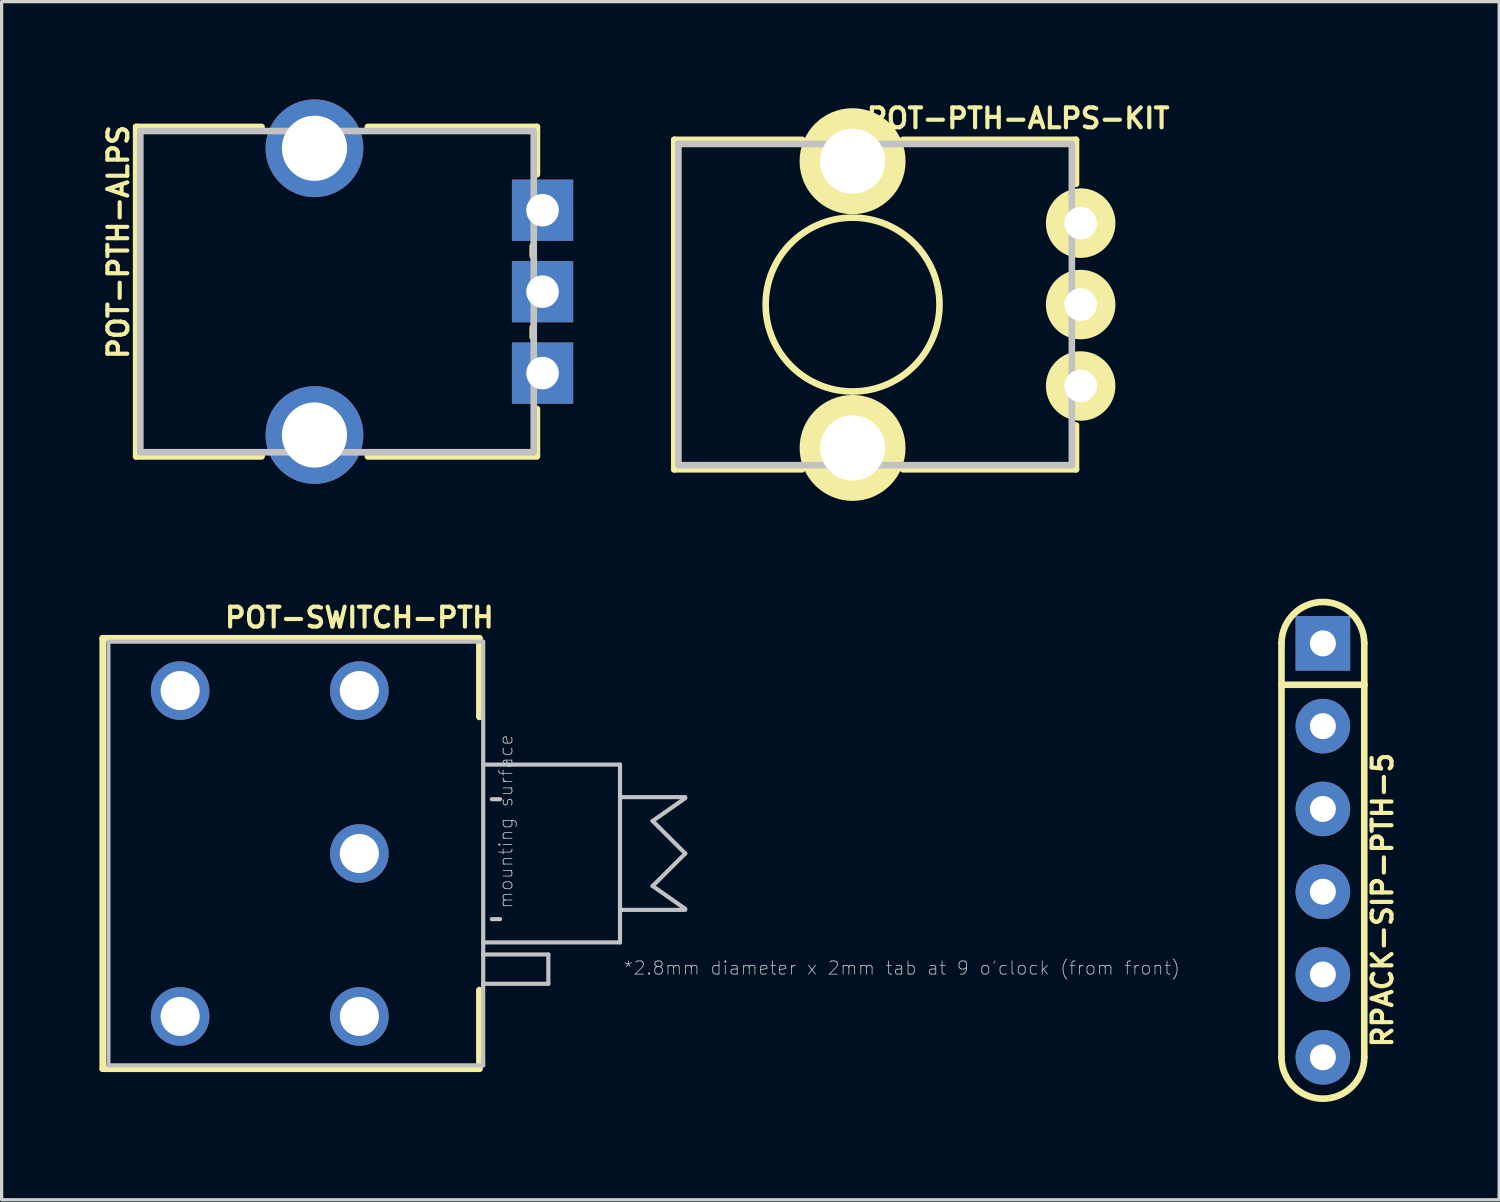
<source format=kicad_pcb>
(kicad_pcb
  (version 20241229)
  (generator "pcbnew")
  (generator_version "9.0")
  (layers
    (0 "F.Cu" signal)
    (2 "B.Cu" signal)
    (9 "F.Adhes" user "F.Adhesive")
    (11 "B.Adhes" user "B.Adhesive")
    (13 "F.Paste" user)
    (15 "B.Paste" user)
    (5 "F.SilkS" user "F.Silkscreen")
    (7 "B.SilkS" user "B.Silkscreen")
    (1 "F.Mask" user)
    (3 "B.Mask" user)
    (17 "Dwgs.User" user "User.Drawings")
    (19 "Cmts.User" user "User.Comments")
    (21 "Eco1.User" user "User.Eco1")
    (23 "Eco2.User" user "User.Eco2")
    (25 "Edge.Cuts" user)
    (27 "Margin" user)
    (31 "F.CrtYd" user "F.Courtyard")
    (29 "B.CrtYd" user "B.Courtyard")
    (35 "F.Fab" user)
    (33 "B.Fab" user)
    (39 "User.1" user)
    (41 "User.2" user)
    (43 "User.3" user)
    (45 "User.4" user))
  (footprint "POT-PTH-ALPS-KIT"
    (layer "F.Cu")
    (at 23.11 6.295)
    (property "Reference" "POT-PTH-ALPS-KIT" (at 5.08 -5.715 180) (layer "F.SilkS") (effects (font (size 0.61 0.61) (thickness 0.127))))
    (attr exclude_from_pos_files exclude_from_bom)
    (fp_line (start -5.471 -5.055) (end -1.549 -5.055) (stroke (width 0.203) (type solid)) (layer "F.SilkS"))
    (fp_line (start -5.471 5.055) (end -5.471 -5.055) (stroke (width 0.203) (type solid)) (layer "F.SilkS"))
    (fp_line (start -1.549 5.055) (end -5.471 5.055) (stroke (width 0.203) (type solid)) (layer "F.SilkS"))
    (fp_line (start 1.549 -5.055) (end 6.855 -5.055) (stroke (width 0.203) (type solid)) (layer "F.SilkS"))
    (fp_line (start 6.855 -5.055) (end 6.855 -3.706) (stroke (width 0.203) (type solid)) (layer "F.SilkS"))
    (fp_line (start 6.855 3.706) (end 6.855 5.055) (stroke (width 0.203) (type solid)) (layer "F.SilkS"))
    (fp_line (start 6.855 5.055) (end 1.549 5.055) (stroke (width 0.203) (type solid)) (layer "F.SilkS"))
    (fp_circle (center 0 -4.399) (end 0 -6.025) (stroke (width 0) (type solid)) (fill yes) (layer "F.SilkS"))
    (fp_circle (center 0 -4.399) (end 0 -5.397) (stroke (width 0) (type solid)) (fill yes) (layer "F.SilkS"))
    (fp_circle (center 0 0) (end 0 -2.667) (stroke (width 0.203) (type solid)) (fill no) (layer "F.SilkS"))
    (fp_circle (center 0 4.399) (end 0 2.774) (stroke (width 0) (type solid)) (fill yes) (layer "F.SilkS"))
    (fp_circle (center 0 4.399) (end 0 3.401) (stroke (width 0) (type solid)) (fill yes) (layer "F.SilkS"))
    (fp_circle (center 6.998 -2.499) (end 6.998 -3.566) (stroke (width 0) (type solid)) (fill yes) (layer "F.SilkS"))
    (fp_circle (center 6.998 -2.499) (end 6.998 -2.997) (stroke (width 0) (type solid)) (fill yes) (layer "F.SilkS"))
    (fp_circle (center 6.998 0) (end 6.998 -1.067) (stroke (width 0) (type solid)) (fill yes) (layer "F.SilkS"))
    (fp_circle (center 6.998 0) (end 6.998 -0.498) (stroke (width 0) (type solid)) (fill yes) (layer "F.SilkS"))
    (fp_circle (center 6.998 2.499) (end 6.998 1.433) (stroke (width 0) (type solid)) (fill yes) (layer "F.SilkS"))
    (fp_circle (center 6.998 2.499) (end 6.998 2.002) (stroke (width 0) (type solid)) (fill yes) (layer "F.SilkS"))
    (fp_line (start -5.344 -4.928) (end 6.728 -4.928) (stroke (width 0.203) (type solid)) (layer "Dwgs.User"))
    (fp_line (start -5.344 4.928) (end -5.344 -4.928) (stroke (width 0.203) (type solid)) (layer "Dwgs.User"))
    (fp_line (start 6.728 -4.928) (end 6.728 4.928) (stroke (width 0.203) (type solid)) (layer "Dwgs.User"))
    (fp_line (start 6.728 4.928) (end -5.344 4.928) (stroke (width 0.203) (type solid)) (layer "Dwgs.User"))
    (pad "P$1" thru_hole circle (at 6.998 2.499) (size 1.88 1.88) (drill 0.998) (layers "*.Cu" "*.Paste" "*.Mask"))
    (pad "P$2" thru_hole circle (at 6.998 0) (size 1.88 1.88) (drill 0.998) (layers "*.Cu" "*.Paste" "*.Mask"))
    (pad "P$3" thru_hole circle (at 6.998 -2.499) (size 1.88 1.88) (drill 0.998) (layers "*.Cu" "*.Paste" "*.Mask"))
    (pad "P$4" thru_hole circle (at 0 4.399) (size 3 3) (drill 1.999) (layers "*.Cu" "*.Paste" "*.Mask"))
    (pad "P$5" thru_hole circle (at 0 -4.399) (size 3 3) (drill 1.999) (layers "*.Cu" "*.Paste" "*.Mask")))
  (footprint "POT-SWITCH-PTH"
    (layer "F.Cu")
    (at 7.976 23.138)
    (property "Reference" "POT-SWITCH-PTH" (at 0 -7.239 180) (layer "F.SilkS") (effects (font (size 0.61 0.61) (thickness 0.127))))
    (attr exclude_from_pos_files exclude_from_bom)
    (fp_line (start -7.874 -6.604) (end 3.683 -6.604) (stroke (width 0.203) (type solid)) (layer "F.SilkS"))
    (fp_line (start -7.874 6.604) (end -7.874 -6.604) (stroke (width 0.203) (type solid)) (layer "F.SilkS"))
    (fp_line (start -7.874 6.604) (end 3.683 6.604) (stroke (width 0.203) (type solid)) (layer "F.SilkS"))
    (fp_line (start 3.683 -6.604) (end 3.683 -4.191) (stroke (width 0.203) (type solid)) (layer "F.SilkS"))
    (fp_line (start 3.683 6.604) (end 3.683 4.191) (stroke (width 0.203) (type solid)) (layer "F.SilkS"))
    (fp_line (start -7.699 -6.5) (end -7.699 6.5) (stroke (width 0.127) (type solid)) (layer "Dwgs.User"))
    (fp_line (start -7.699 -6.5) (end 3.8 -6.5) (stroke (width 0.127) (type solid)) (layer "Dwgs.User"))
    (fp_line (start -7.699 6.5) (end 3.8 6.5) (stroke (width 0.127) (type solid)) (layer "Dwgs.User"))
    (fp_line (start 3.8 -6.5) (end 3.8 -2.728) (stroke (width 0.127) (type solid)) (layer "Dwgs.User"))
    (fp_line (start 3.8 -2.728) (end 3.8 2.728) (stroke (width 0.127) (type solid)) (layer "Dwgs.User"))
    (fp_line (start 3.8 -2.728) (end 7.998 -2.728) (stroke (width 0.127) (type solid)) (layer "Dwgs.User"))
    (fp_line (start 3.8 2.728) (end 3.8 3.099) (stroke (width 0.127) (type solid)) (layer "Dwgs.User"))
    (fp_line (start 3.8 3.099) (end 3.8 3.998) (stroke (width 0.127) (type solid)) (layer "Dwgs.User"))
    (fp_line (start 3.8 3.099) (end 5.799 3.099) (stroke (width 0.127) (type solid)) (layer "Dwgs.User"))
    (fp_line (start 3.8 3.998) (end 3.8 6.5) (stroke (width 0.127) (type solid)) (layer "Dwgs.User"))
    (fp_line (start 4.318 -1.666) (end 4.064 -1.666) (stroke (width 0.127) (type solid)) (layer "Dwgs.User"))
    (fp_line (start 4.318 2.014) (end 4.064 2.014) (stroke (width 0.127) (type solid)) (layer "Dwgs.User"))
    (fp_line (start 5.799 3.099) (end 5.799 3.998) (stroke (width 0.127) (type solid)) (layer "Dwgs.User"))
    (fp_line (start 5.799 3.998) (end 3.8 3.998) (stroke (width 0.127) (type solid)) (layer "Dwgs.User"))
    (fp_line (start 7.998 -2.728) (end 7.998 -1.73) (stroke (width 0.127) (type solid)) (layer "Dwgs.User"))
    (fp_line (start 7.998 -1.73) (end 7.998 1.73) (stroke (width 0.127) (type solid)) (layer "Dwgs.User"))
    (fp_line (start 7.998 -1.73) (end 10 -1.73) (stroke (width 0.127) (type solid)) (layer "Dwgs.User"))
    (fp_line (start 7.998 1.73) (end 7.998 2.728) (stroke (width 0.127) (type solid)) (layer "Dwgs.User"))
    (fp_line (start 7.998 2.728) (end 3.8 2.728) (stroke (width 0.127) (type solid)) (layer "Dwgs.User"))
    (fp_line (start 8.999 -0.998) (end 10 0) (stroke (width 0.127) (type solid)) (layer "Dwgs.User"))
    (fp_line (start 8.999 0.998) (end 10 1.699) (stroke (width 0.127) (type solid)) (layer "Dwgs.User"))
    (fp_line (start 10 -1.699) (end 8.999 -0.998) (stroke (width 0.127) (type solid)) (layer "Dwgs.User"))
    (fp_line (start 10 0) (end 8.999 0.998) (stroke (width 0.127) (type solid)) (layer "Dwgs.User"))
    (fp_line (start 10 1.73) (end 7.998 1.73) (stroke (width 0.127) (type solid)) (layer "Dwgs.User"))
    (fp_text user "mounting surface" (at 4.496 -0.98 90) (layer "Dwgs.User") (effects (font (size 0.406 0.406) (thickness 0.025))))
    (fp_text user "*2.8mm diameter x 2mm tab at 9 o'clock (from front)" (at 16.642 3.515 0) (layer "Dwgs.User") (effects (font (size 0.406 0.406) (thickness 0.025))))
    (pad "1" thru_hole circle (at 0 4.999) (size 1.798 1.798) (drill 1.199) (layers "*.Cu" "*.Paste" "*.Mask"))
    (pad "2" thru_hole circle (at 0 0) (size 1.798 1.798) (drill 1.199) (layers "*.Cu" "*.Paste" "*.Mask"))
    (pad "3" thru_hole circle (at 0 -4.999) (size 1.798 1.798) (drill 1.199) (layers "*.Cu" "*.Paste" "*.Mask"))
    (pad "S1" thru_hole circle (at -5.499 -4.999) (size 1.798 1.798) (drill 1.199) (layers "*.Cu" "*.Paste" "*.Mask"))
    (pad "S2" thru_hole circle (at -5.499 4.999) (size 1.798 1.798) (drill 1.199) (layers "*.Cu" "*.Paste" "*.Mask")))
  (footprint "POT-PTH-ALPS"
    (layer "F.Cu")
    (at 6.599 5.899)
    (property "Reference" "POT-PTH-ALPS" (at -6.02 -1.524 90) (layer "F.SilkS") (effects (font (size 0.61 0.61) (thickness 0.127))))
    (attr exclude_from_pos_files exclude_from_bom)
    (fp_line (start -5.471 -5.055) (end -5.471 5.055) (stroke (width 0.203) (type solid)) (layer "F.SilkS"))
    (fp_line (start -5.471 -5.055) (end -1.623 -5.055) (stroke (width 0.203) (type solid)) (layer "F.SilkS"))
    (fp_line (start -5.471 5.055) (end -1.623 5.055) (stroke (width 0.203) (type solid)) (layer "F.SilkS"))
    (fp_line (start 1.638 -5.055) (end 6.825 -5.055) (stroke (width 0.203) (type solid)) (layer "F.SilkS"))
    (fp_line (start 1.638 5.055) (end 6.825 5.055) (stroke (width 0.203) (type solid)) (layer "F.SilkS"))
    (fp_line (start 6.698 -1.4) (end 6.698 -1.1) (stroke (width 0.203) (type solid)) (layer "F.SilkS"))
    (fp_line (start 6.698 1.1) (end 6.698 1.4) (stroke (width 0.203) (type solid)) (layer "F.SilkS"))
    (fp_line (start 6.825 -5.055) (end 6.825 -3.599) (stroke (width 0.203) (type solid)) (layer "F.SilkS"))
    (fp_line (start 6.825 3.599) (end 6.825 5.027) (stroke (width 0.203) (type solid)) (layer "F.SilkS"))
    (fp_line (start -5.344 -4.928) (end 6.728 -4.928) (stroke (width 0.203) (type solid)) (layer "Dwgs.User"))
    (fp_line (start -5.344 4.928) (end -5.344 -4.928) (stroke (width 0.203) (type solid)) (layer "Dwgs.User"))
    (fp_line (start 6.728 -4.928) (end 6.728 4.928) (stroke (width 0.203) (type solid)) (layer "Dwgs.User"))
    (fp_line (start 6.728 4.928) (end -5.344 4.928) (stroke (width 0.203) (type solid)) (layer "Dwgs.User"))
    (pad "P$1" thru_hole rect (at 6.998 2.499) (size 1.88 1.88) (drill 0.998) (layers "*.Cu" "*.Paste" "*.Mask"))
    (pad "P$2" thru_hole rect (at 6.998 0) (size 1.88 1.88) (drill 0.998) (layers "*.Cu" "*.Paste" "*.Mask"))
    (pad "P$3" thru_hole rect (at 6.998 -2.499) (size 1.88 1.88) (drill 0.998) (layers "*.Cu" "*.Paste" "*.Mask"))
    (pad "P$4" thru_hole circle (at 0 4.399) (size 3 3) (drill 1.999) (layers "*.Cu" "*.Paste" "*.Mask"))
    (pad "P$5" thru_hole circle (at 0 -4.399) (size 3 3) (drill 1.999) (layers "*.Cu" "*.Paste" "*.Mask")))
  (footprint "RPACK-SIP-PTH-5"
    (layer "F.Cu")
    (at 37.54 16.691)
    (property "Reference" "RPACK-SIP-PTH-5" (at 1.829 7.874 270) (layer "F.SilkS") (effects (font (size 0.61 0.61) (thickness 0.127))))
    (attr exclude_from_pos_files exclude_from_bom)
    (fp_line (start -1.27 0) (end -1.27 1.27) (stroke (width 0.203) (type solid)) (layer "F.SilkS"))
    (fp_line (start -1.27 1.27) (end -1.27 12.7) (stroke (width 0.203) (type solid)) (layer "F.SilkS"))
    (fp_line (start -1.27 1.27) (end 1.27 1.27) (stroke (width 0.203) (type solid)) (layer "F.SilkS"))
    (fp_line (start 1.27 1.27) (end 1.27 0) (stroke (width 0.203) (type solid)) (layer "F.SilkS"))
    (fp_line (start 1.27 12.7) (end 1.27 1.27) (stroke (width 0.203) (type solid)) (layer "F.SilkS"))
    (fp_arc (start -1.27 0) (mid 0 -1.27) (end 1.27 0) (stroke (width 0.2032) (type solid)) (layer "F.SilkS"))
    (fp_arc (start 1.27 12.7) (mid 0 13.97) (end -1.27 12.7) (stroke (width 0.2032) (type solid)) (layer "F.SilkS"))
    (pad "P$1" thru_hole rect (at 0 0) (size 1.676 1.676) (drill 0.798) (layers "*.Cu" "*.Paste" "*.Mask"))
    (pad "P$2" thru_hole circle (at 0 2.54) (size 1.676 1.676) (drill 0.798) (layers "*.Cu" "*.Paste" "*.Mask"))
    (pad "P$3" thru_hole circle (at 0 5.08) (size 1.676 1.676) (drill 0.798) (layers "*.Cu" "*.Paste" "*.Mask"))
    (pad "P$4" thru_hole circle (at 0 7.62) (size 1.676 1.676) (drill 0.798) (layers "*.Cu" "*.Paste" "*.Mask"))
    (pad "P$5" thru_hole circle (at 0 10.16) (size 1.676 1.676) (drill 0.798) (layers "*.Cu" "*.Paste" "*.Mask"))
    (pad "P$6" thru_hole circle (at 0 12.7) (size 1.676 1.676) (drill 0.798) (layers "*.Cu" "*.Paste" "*.Mask")))
  (gr_rect
    (start -3 -3)
    (end 42.949 33.763)
    (stroke (width 0.1) (type default))
    (fill no)
    (layer "Edge.Cuts")))
</source>
